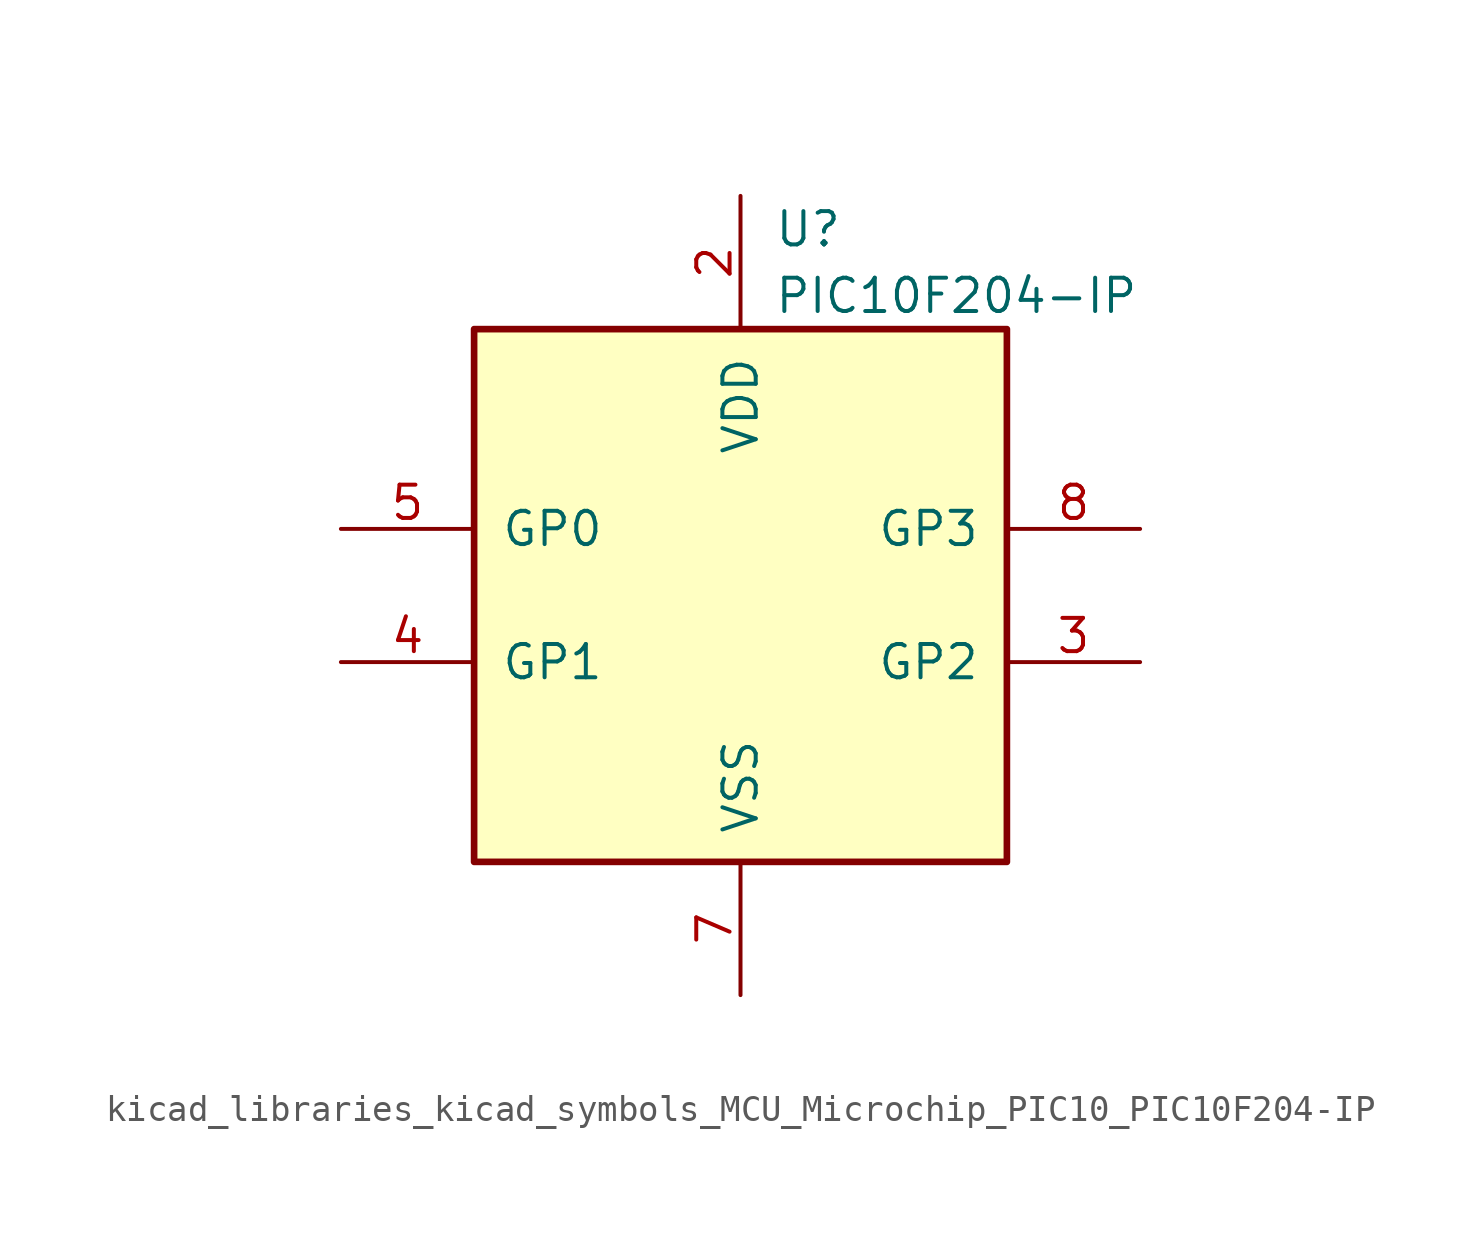
<source format=kicad_sym>
(kicad_symbol_lib
  (version 20220914)
  (generator kicad_symbol_editor)
  (symbol "kicad_libraries_kicad_symbols_MCU_Microchip_PIC10_PIC10F204-IP"
    (pin_names
      (offset 1.016))
    (property "Reference" "U"
      (at 1.27 13.97 0)
      (effects (font (size 1.27 1.27)) (justify left)))
    (property "Value" "PIC10F204-IP"
      (at 1.27 11.43 0)
      (effects (font (size 1.27 1.27)) (justify left)))
    (symbol "kicad_libraries_kicad_symbols_MCU_Microchip_PIC10_PIC10F204-IP_0_1"
      (rectangle (start -10.16 10.16) (end 10.16 -10.16) (stroke (width 0.254) (type default)) (fill (type background))))
    (symbol "kicad_libraries_kicad_symbols_MCU_Microchip_PIC10_PIC10F204-IP_1_1"
      (pin power_in line (at 0 15.24 270) (length 5.08) (name "VDD" (effects (font (size 1.27 1.27)))) (number "2" (effects (font (size 1.27 1.27)))))
      (pin bidirectional line (at 15.24 -2.54 180) (length 5.08) (name "GP2" (effects (font (size 1.27 1.27)))) (number "3" (effects (font (size 1.27 1.27)))))
      (pin bidirectional line (at -15.24 -2.54 0) (length 5.08) (name "GP1" (effects (font (size 1.27 1.27)))) (number "4" (effects (font (size 1.27 1.27)))))
      (pin bidirectional line (at -15.24 2.54 0) (length 5.08) (name "GP0" (effects (font (size 1.27 1.27)))) (number "5" (effects (font (size 1.27 1.27)))))
      (pin power_in line (at 0 -15.24 90) (length 5.08) (name "VSS" (effects (font (size 1.27 1.27)))) (number "7" (effects (font (size 1.27 1.27)))))
      (pin input line (at 15.24 2.54 180) (length 5.08) (name "GP3" (effects (font (size 1.27 1.27)))) (number "8" (effects (font (size 1.27 1.27))))))))
</source>
